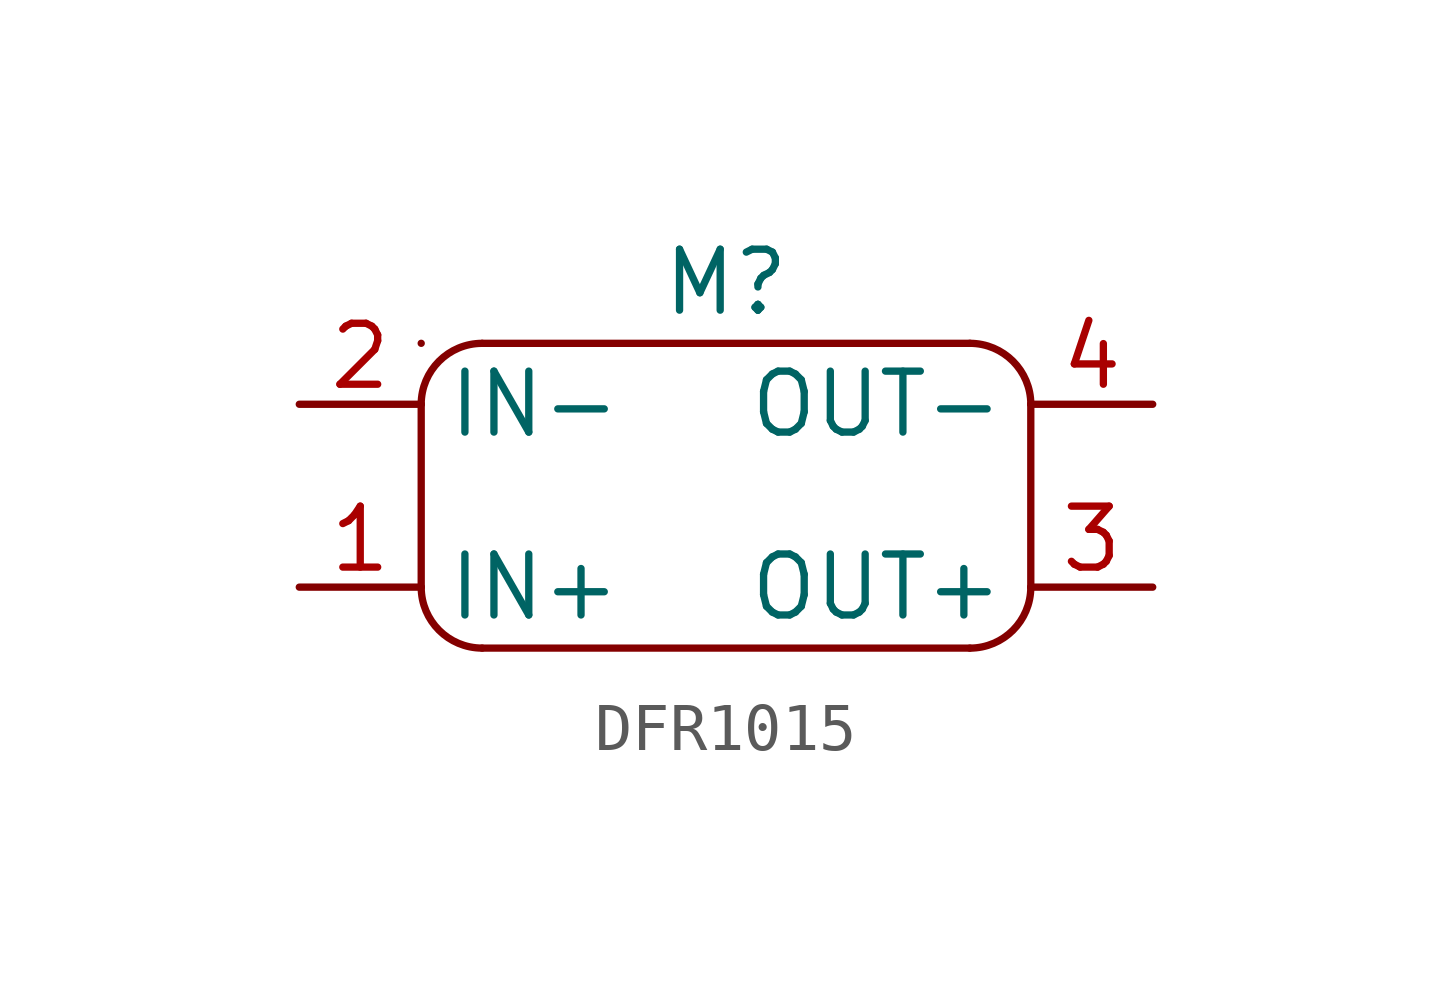
<source format=kicad_sym>
(kicad_symbol_lib
  (version 20241209)
  (generator "kicad_symbol_editor")
  (generator_version "9.0")
  (symbol "DFR1015"
    (property "Reference" "M"
      (at 0 3.81 0)
      (effects (font (size 1.27 1.27))))
    (property "Value" ""
      (at 0 0 0)
      (effects (font (size 1.27 1.27))))
    (symbol "DFR1015_0_1"
      (polyline (pts (xy -6.35 2.54) (xy -6.35 2.54)) (stroke (width 0) (type default)) (fill (type none)))
      (polyline (pts (xy -6.35 -2.54) (xy -6.35 1.27)) (stroke (width 0) (type default)) (fill (type none)))
      (polyline (pts (xy -5.08 2.54) (xy 5.08 2.54)) (stroke (width 0) (type default)) (fill (type none)))
      (arc (start -6.35 1.27) (mid -5.978 2.168) (end -5.08 2.54) (stroke (width 0) (type default)) (fill (type none)))
      (arc (start -5.08 -3.81) (mid -5.978 -3.438) (end -6.35 -2.54) (stroke (width 0) (type default)) (fill (type none)))
      (arc (start 5.08 2.54) (mid 5.978 2.168) (end 6.35 1.27) (stroke (width 0) (type default)) (fill (type none)))
      (arc (start 6.35 -2.54) (mid 5.978 -3.438) (end 5.08 -3.81) (stroke (width 0) (type default)) (fill (type none)))
      (polyline (pts (xy 5.08 -3.81) (xy -5.08 -3.81)) (stroke (width 0) (type default)) (fill (type none)))
      (polyline (pts (xy 6.35 1.27) (xy 6.35 -2.54)) (stroke (width 0) (type default)) (fill (type none))))
    (symbol "DFR1015_1_1"
      (pin power_in line (at -8.89 1.27 0) (length 2.54) (name "IN-" (effects (font (size 1.27 1.27)))) (number "2" (effects (font (size 1.27 1.27)))))
      (pin power_in line (at -8.89 -2.54 0) (length 2.54) (name "IN+" (effects (font (size 1.27 1.27)))) (number "1" (effects (font (size 1.27 1.27)))))
      (pin power_out line (at 8.89 1.27 180) (length 2.54) (name "OUT-" (effects (font (size 1.27 1.27)))) (number "4" (effects (font (size 1.27 1.27)))))
      (pin power_out line (at 8.89 -2.54 180) (length 2.54) (name "OUT+" (effects (font (size 1.27 1.27)))) (number "3" (effects (font (size 1.27 1.27))))))))
</source>
